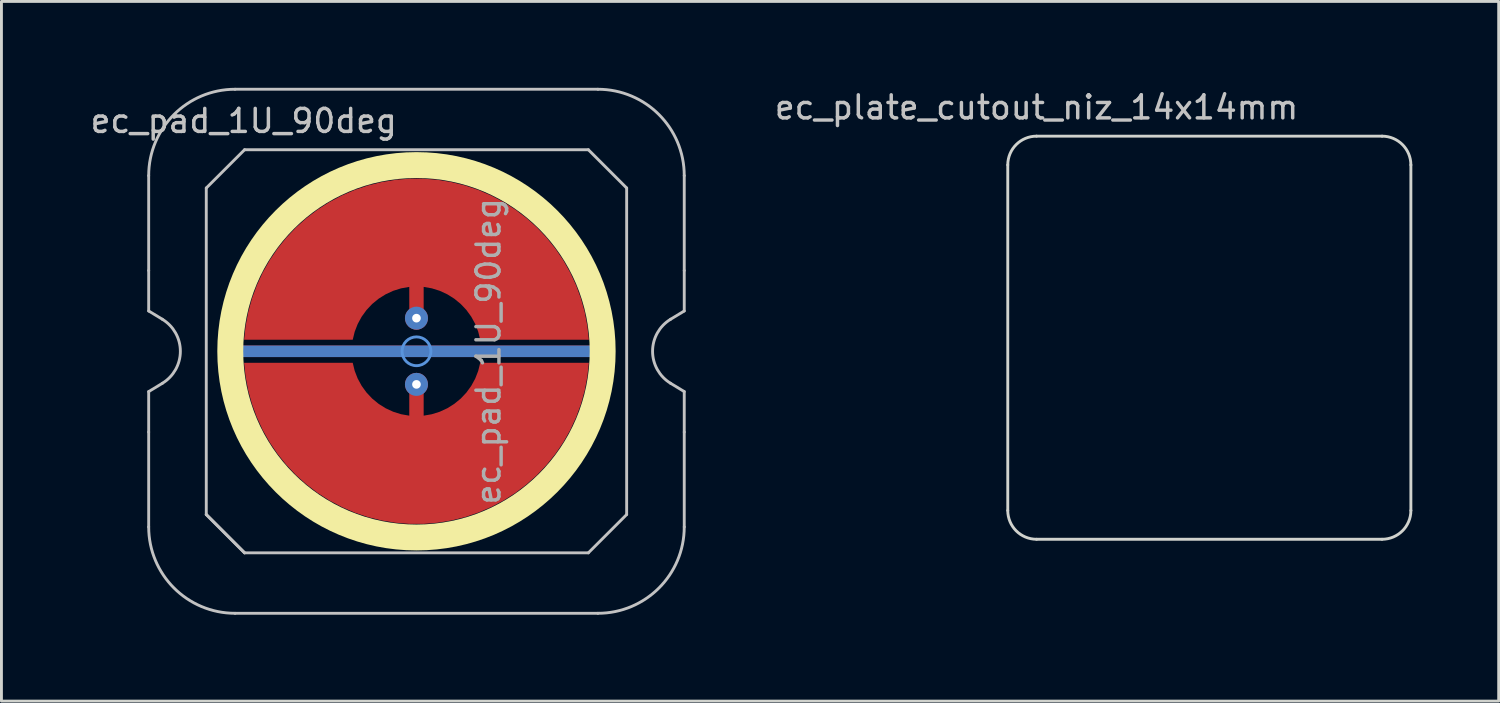
<source format=kicad_pcb>
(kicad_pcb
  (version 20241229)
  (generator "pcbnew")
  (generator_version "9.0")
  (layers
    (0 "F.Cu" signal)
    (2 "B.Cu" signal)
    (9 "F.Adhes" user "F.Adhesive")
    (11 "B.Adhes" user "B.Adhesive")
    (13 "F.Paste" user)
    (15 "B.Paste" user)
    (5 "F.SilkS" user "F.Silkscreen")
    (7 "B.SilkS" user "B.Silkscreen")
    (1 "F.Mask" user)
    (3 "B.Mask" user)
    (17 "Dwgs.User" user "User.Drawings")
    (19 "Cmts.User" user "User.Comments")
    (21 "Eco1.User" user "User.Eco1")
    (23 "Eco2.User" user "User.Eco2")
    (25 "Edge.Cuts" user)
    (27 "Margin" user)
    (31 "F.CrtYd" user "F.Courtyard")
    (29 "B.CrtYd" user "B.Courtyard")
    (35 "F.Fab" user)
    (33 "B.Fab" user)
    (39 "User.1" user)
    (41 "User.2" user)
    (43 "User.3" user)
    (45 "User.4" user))
  (footprint "ec_plate_cutout_niz_14x14mm"
    (layer "F.Cu")
    (at 38.95 8.679)
    (property "Reference" "ec_plate_cutout_niz_14x14mm" (at -6 -8 0) (layer "Dwgs.User") (effects (font (size 0.8 0.8) (thickness 0.12))))
    (attr smd)
    (fp_line (start -7 6) (end -7 -6) (stroke (width 0.1) (type default)) (layer "Edge.Cuts"))
    (fp_line (start -6 -7) (end 6 -7) (stroke (width 0.1) (type default)) (layer "Edge.Cuts"))
    (fp_line (start 6 7) (end -6 7) (stroke (width 0.1) (type default)) (layer "Edge.Cuts"))
    (fp_line (start 7 -6) (end 7 6) (stroke (width 0.1) (type default)) (layer "Edge.Cuts"))
    (fp_arc (start -7 -6) (mid -6.707107 -6.707107) (end -6 -7) (stroke (width 0.1) (type default)) (layer "Edge.Cuts"))
    (fp_arc (start -6 7) (mid -6.707107 6.707107) (end -7 6) (stroke (width 0.1) (type default)) (layer "Edge.Cuts"))
    (fp_arc (start 6 -7) (mid 6.707107 -6.707107) (end 7 -6) (stroke (width 0.1) (type default)) (layer "Edge.Cuts"))
    (fp_arc (start 7 6) (mid 6.707107 6.707107) (end 6 7) (stroke (width 0.1) (type default)) (layer "Edge.Cuts")))
  (footprint "ec_pad_1U_90deg"
    (layer "F.Cu")
    (at 11.414 9.15)
    (property "Reference" "ec_pad_1U_90deg" (at -6 -8 0) (layer "Dwgs.User") (effects (font (size 0.8 0.8) (thickness 0.12))))
    (attr smd)
    (fp_circle (center 0 0) (end 0 6.467) (stroke (width 0.9) (type solid)) (fill no) (layer "F.SilkS"))
    (fp_line (start -9.3 -2.805) (end -9.3 -6.1) (stroke (width 0.1) (type solid)) (layer "Dwgs.User"))
    (fp_line (start -9.3 -1.4) (end -9.3 -2.805) (stroke (width 0.1) (type solid)) (layer "Dwgs.User"))
    (fp_line (start -9.3 1.4) (end -8.824 1.111) (stroke (width 0.1) (type solid)) (layer "Dwgs.User"))
    (fp_line (start -9.3 2.805) (end -9.3 1.4) (stroke (width 0.1) (type solid)) (layer "Dwgs.User"))
    (fp_line (start -9.3 6.1) (end -9.3 2.805) (stroke (width 0.1) (type solid)) (layer "Dwgs.User"))
    (fp_line (start -8.824 -1.111) (end -9.3 -1.4) (stroke (width 0.1) (type solid)) (layer "Dwgs.User"))
    (fp_line (start -7.3 -5.67) (end -5.97 -7) (stroke (width 0.1) (type solid)) (layer "Dwgs.User"))
    (fp_line (start -7.3 5.67) (end -7.3 -5.67) (stroke (width 0.1) (type solid)) (layer "Dwgs.User"))
    (fp_line (start -7.3 5.67) (end -5.97 7) (stroke (width 0.1) (type solid)) (layer "Dwgs.User"))
    (fp_line (start -6.3 -9.1) (end 6.3 -9.1) (stroke (width 0.1) (type solid)) (layer "Dwgs.User"))
    (fp_line (start -5.97 -7) (end 5.97 -7) (stroke (width 0.1) (type solid)) (layer "Dwgs.User"))
    (fp_line (start -5.97 7) (end -7.3 5.67) (stroke (width 0.1) (type solid)) (layer "Dwgs.User"))
    (fp_line (start 5.97 -7) (end 7.3 -5.67) (stroke (width 0.1) (type solid)) (layer "Dwgs.User"))
    (fp_line (start 5.97 7) (end -5.97 7) (stroke (width 0.1) (type solid)) (layer "Dwgs.User"))
    (fp_line (start 6.3 9.1) (end -6.3 9.1) (stroke (width 0.1) (type solid)) (layer "Dwgs.User"))
    (fp_line (start 7.3 -5.67) (end 7.3 5.67) (stroke (width 0.1) (type solid)) (layer "Dwgs.User"))
    (fp_line (start 7.3 5.67) (end 5.97 7) (stroke (width 0.1) (type solid)) (layer "Dwgs.User"))
    (fp_line (start 8.824 1.111) (end 9.3 1.4) (stroke (width 0.1) (type solid)) (layer "Dwgs.User"))
    (fp_line (start 9.3 -6.1) (end 9.3 -2.805) (stroke (width 0.1) (type solid)) (layer "Dwgs.User"))
    (fp_line (start 9.3 -2.805) (end 9.3 -1.4) (stroke (width 0.1) (type solid)) (layer "Dwgs.User"))
    (fp_line (start 9.3 -1.4) (end 8.824 -1.111) (stroke (width 0.1) (type solid)) (layer "Dwgs.User"))
    (fp_line (start 9.3 1.4) (end 9.3 2.805) (stroke (width 0.1) (type solid)) (layer "Dwgs.User"))
    (fp_line (start 9.3 2.805) (end 9.3 6.1) (stroke (width 0.1) (type solid)) (layer "Dwgs.User"))
    (fp_arc (start -9.3 -6.1) (mid -8.42132 -8.22132) (end -6.3 -9.1) (stroke (width 0.1) (type solid)) (layer "Dwgs.User"))
    (fp_arc (start -8.824333 -1.110619) (mid -8.2 0) (end -8.824333 1.110619) (stroke (width 0.1) (type solid)) (layer "Dwgs.User"))
    (fp_arc (start -6.3 9.1) (mid -8.42132 8.22132) (end -9.3 6.1) (stroke (width 0.1) (type solid)) (layer "Dwgs.User"))
    (fp_arc (start 6.3 -9.1) (mid 8.42132 -8.22132) (end 9.3 -6.1) (stroke (width 0.1) (type solid)) (layer "Dwgs.User"))
    (fp_arc (start 8.824333 1.110619) (mid 8.2 0) (end 8.824333 -1.110619) (stroke (width 0.1) (type solid)) (layer "Dwgs.User"))
    (fp_arc (start 9.3 6.1) (mid 8.42132 8.22132) (end 6.3 9.1) (stroke (width 0.1) (type solid)) (layer "Dwgs.User"))
    (fp_circle (center 0 0) (end 0.5 0) (stroke (width 0.1) (type default)) (fill no) (layer "Cmts.User"))
    (fp_text user "${REFERENCE}" (at 2.5 0 270) (layer "F.Fab") (effects (font (size 0.8 0.8) (thickness 0.12))))
    (pad "1" thru_hole circle (at 0 -1.15 180) (size 0.8 0.8) (drill 0.3) (layers "*.Cu"))
    (pad "1" smd custom (at 0 -1 270) (size 0.4 0.4) (layers "F.Cu") (options (anchor circle)) (primitives (gr_poly (pts (xy 0.6 -2.214) (xy 0.32 -2.145) (xy 0.052 -2.041) (xy -0.201 -1.903) (xy -0.434 -1.734) (xy -0.644 -1.536) (xy -0.826 -1.314) (xy -0.979 -1.07) (xy -1.1 -0.808) (xy -1.186 -0.534) (xy -1.236 -0.25) (xy 0 -0.25) (xy 0.096 -0.231) (xy 0.177 -0.177) (xy 0.231 -0.096) (xy 0.25 0) (xy 0.231 0.096) (xy 0.177 0.177) (xy 0.096 0.231) (xy 0 0.25) (xy -1.236 0.25) (xy -1.186 0.534) (xy -1.1 0.808) (xy -0.979 1.07) (xy -0.826 1.314) (xy -0.644 1.536) (xy -0.434 1.734) (xy -0.201 1.903) (xy 0.052 2.041) (xy 0.32 2.145) (xy 0.6 2.214) (xy 0.6 5.987) (xy 0.115 5.934) (xy -0.364 5.843) (xy -0.834 5.713) (xy -1.292 5.545) (xy -1.735 5.341) (xy -2.159 5.101) (xy -2.563 4.827) (xy -2.943 4.522) (xy -3.298 4.187) (xy -3.623 3.824) (xy -3.919 3.436) (xy -4.182 3.025) (xy -4.41 2.594) (xy -4.603 2.147) (xy -4.759 1.684) (xy -4.876 1.211) (xy -4.955 0.73) (xy -4.995 0.244) (xy -4.995 -0.244) (xy -4.955 -0.73) (xy -4.876 -1.211) (xy -4.759 -1.684) (xy -4.603 -2.147) (xy -4.41 -2.594) (xy -4.182 -3.025) (xy -3.919 -3.436) (xy -3.623 -3.824) (xy -3.298 -4.187) (xy -2.943 -4.522) (xy -2.563 -4.827) (xy -2.159 -5.101) (xy -1.735 -5.341) (xy -1.292 -5.545) (xy -0.834 -5.713) (xy -0.364 -5.843) (xy 0.115 -5.934) (xy 0.6 -5.987)) (width 0) (fill yes))))
    (pad "2" smd custom (at 0 1 90) (size 0.4 0.4) (layers "F.Cu") (options (anchor circle)) (primitives (gr_poly (pts (xy 0.6 -2.214) (xy 0.32 -2.145) (xy 0.052 -2.041) (xy -0.201 -1.903) (xy -0.434 -1.734) (xy -0.644 -1.536) (xy -0.826 -1.314) (xy -0.979 -1.07) (xy -1.1 -0.808) (xy -1.186 -0.534) (xy -1.236 -0.25) (xy 0 -0.25) (xy 0.096 -0.231) (xy 0.177 -0.177) (xy 0.231 -0.096) (xy 0.25 0) (xy 0.231 0.096) (xy 0.177 0.177) (xy 0.096 0.231) (xy 0 0.25) (xy -1.236 0.25) (xy -1.186 0.534) (xy -1.1 0.808) (xy -0.979 1.07) (xy -0.826 1.314) (xy -0.644 1.536) (xy -0.434 1.734) (xy -0.201 1.903) (xy 0.052 2.041) (xy 0.32 2.145) (xy 0.6 2.214) (xy 0.6 5.987) (xy 0.115 5.934) (xy -0.364 5.843) (xy -0.834 5.713) (xy -1.292 5.545) (xy -1.735 5.341) (xy -2.159 5.101) (xy -2.563 4.827) (xy -2.943 4.522) (xy -3.298 4.187) (xy -3.623 3.824) (xy -3.919 3.436) (xy -4.182 3.025) (xy -4.41 2.594) (xy -4.603 2.147) (xy -4.759 1.684) (xy -4.876 1.211) (xy -4.955 0.73) (xy -4.995 0.244) (xy -4.995 -0.244) (xy -4.955 -0.73) (xy -4.876 -1.211) (xy -4.759 -1.684) (xy -4.603 -2.147) (xy -4.41 -2.594) (xy -4.182 -3.025) (xy -3.919 -3.436) (xy -3.623 -3.824) (xy -3.298 -4.187) (xy -2.943 -4.522) (xy -2.563 -4.827) (xy -2.159 -5.101) (xy -1.735 -5.341) (xy -1.292 -5.545) (xy -0.834 -5.713) (xy -0.364 -5.843) (xy 0.115 -5.934) (xy 0.6 -5.987)) (width 0) (fill yes))))
    (pad "2" thru_hole circle (at 0 1.15 180) (size 0.8 0.8) (drill 0.3) (layers "*.Cu"))
    (pad "3" smd roundrect (at 0 0 90) (size 0.4 12.5) (layers "B.Cu") (roundrect_rratio 0.5))
    (pad "3" smd roundrect (at 0 0 90) (size 0.4 12.75) (layers "F.Cu") (roundrect_rratio 0.5))
    (zone (net_name "") (layer "F.Cu") (hatch edge 0.508) (connect_pads) (min_thickness 0.254) (filled_areas_thickness no) (keepout (tracks allowed) (vias allowed) (pads allowed) (copperpour not_allowed) (footprints allowed)) (placement (enabled no)) (fill) (polygon (pts (xy 5.164 9.15) (xy 5.188 8.605) (xy 5.259 8.065) (xy 5.377 7.532) (xy 5.541 7.012) (xy 5.75 6.509) (xy 6.002 6.025) (xy 6.295 5.565) (xy 6.626 5.133) (xy 6.995 4.731) (xy 7.397 4.362) (xy 7.829 4.03) (xy 8.289 3.737) (xy 8.773 3.486) (xy 9.277 3.277) (xy 9.797 3.113) (xy 10.329 2.995) (xy 10.87 2.924) (xy 11.414 2.9) (xy 11.959 2.924) (xy 12.5 2.995) (xy 13.032 3.113) (xy 13.552 3.277) (xy 14.056 3.486) (xy 14.539 3.737) (xy 14.999 4.03) (xy 15.432 4.362) (xy 15.834 4.731) (xy 16.202 5.133) (xy 16.534 5.565) (xy 16.827 6.025) (xy 17.079 6.509) (xy 17.287 7.012) (xy 17.451 7.532) (xy 17.569 8.065) (xy 17.64 8.605) (xy 17.664 9.15) (xy 17.64 9.695) (xy 17.569 10.235) (xy 17.451 10.768) (xy 17.287 11.288) (xy 17.079 11.791) (xy 16.827 12.275) (xy 16.534 12.735) (xy 16.202 13.167) (xy 15.834 13.569) (xy 15.432 13.938) (xy 14.999 14.27) (xy 14.539 14.563) (xy 14.056 14.814) (xy 13.552 15.023) (xy 13.032 15.187) (xy 12.5 15.305) (xy 11.959 15.376) (xy 11.414 15.4) (xy 10.87 15.376) (xy 10.329 15.305) (xy 9.797 15.187) (xy 9.277 15.023) (xy 8.773 14.814) (xy 8.289 14.563) (xy 7.829 14.27) (xy 7.397 13.938) (xy 6.995 13.569) (xy 6.626 13.167) (xy 6.295 12.735) (xy 6.002 12.275) (xy 5.75 11.791) (xy 5.541 11.288) (xy 5.377 10.768) (xy 5.259 10.235) (xy 5.188 9.695))))
    (zone (net_name "") (layer "B.Cu") (hatch edge 0.1) (connect_pads) (min_thickness 0.254) (filled_areas_thickness no) (keepout (tracks allowed) (vias allowed) (pads allowed) (copperpour not_allowed) (footprints allowed)) (placement (enabled no)) (fill) (polygon (pts (xy 5.414 9.15) (xy 5.437 8.627) (xy 5.505 8.108) (xy 5.619 7.597) (xy 5.776 7.098) (xy 5.976 6.614) (xy 6.218 6.15) (xy 6.499 5.709) (xy 6.818 5.293) (xy 7.172 4.907) (xy 7.558 4.554) (xy 7.973 4.235) (xy 8.414 3.954) (xy 8.879 3.712) (xy 9.362 3.512) (xy 9.861 3.354) (xy 10.372 3.241) (xy 10.891 3.173) (xy 11.414 3.15) (xy 11.937 3.173) (xy 12.456 3.241) (xy 12.967 3.354) (xy 13.466 3.512) (xy 13.95 3.712) (xy 14.414 3.954) (xy 14.856 4.235) (xy 15.271 4.554) (xy 15.657 4.907) (xy 16.011 5.293) (xy 16.329 5.709) (xy 16.61 6.15) (xy 16.852 6.614) (xy 17.052 7.098) (xy 17.21 7.597) (xy 17.323 8.108) (xy 17.391 8.627) (xy 17.414 9.15) (xy 17.391 9.673) (xy 17.323 10.192) (xy 17.21 10.703) (xy 17.052 11.202) (xy 16.852 11.686) (xy 16.61 12.15) (xy 16.329 12.591) (xy 16.011 13.007) (xy 15.657 13.393) (xy 15.271 13.746) (xy 14.856 14.065) (xy 14.414 14.346) (xy 13.95 14.588) (xy 13.466 14.788) (xy 12.967 14.946) (xy 12.456 15.059) (xy 11.937 15.127) (xy 11.414 15.15) (xy 10.891 15.127) (xy 10.372 15.059) (xy 9.861 14.946) (xy 9.362 14.788) (xy 8.879 14.588) (xy 8.414 14.346) (xy 7.973 14.065) (xy 7.558 13.746) (xy 7.172 13.393) (xy 6.818 13.007) (xy 6.499 12.591) (xy 6.218 12.15) (xy 5.976 11.686) (xy 5.776 11.202) (xy 5.619 10.703) (xy 5.505 10.192) (xy 5.437 9.673)))))
  (gr_rect
    (start -3 -3)
    (end 49 21.3)
    (stroke (width 0.1) (type default))
    (fill no)
    (layer "Edge.Cuts")))
</source>
